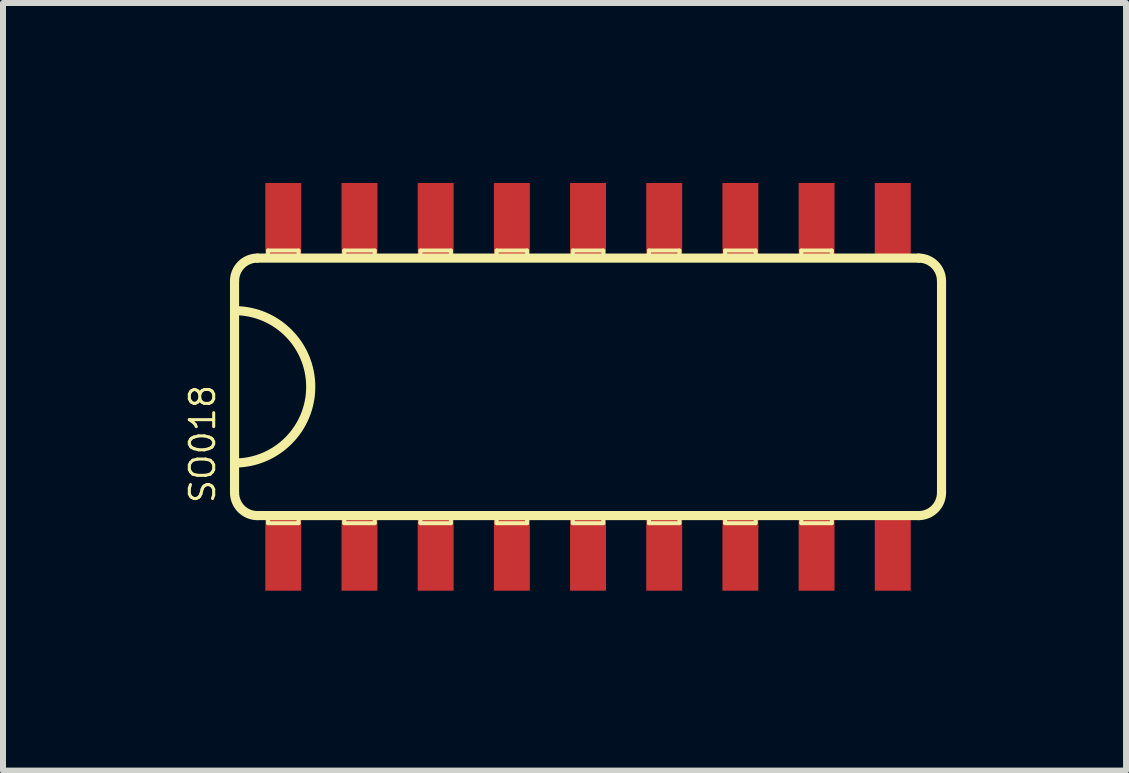
<source format=kicad_pcb>
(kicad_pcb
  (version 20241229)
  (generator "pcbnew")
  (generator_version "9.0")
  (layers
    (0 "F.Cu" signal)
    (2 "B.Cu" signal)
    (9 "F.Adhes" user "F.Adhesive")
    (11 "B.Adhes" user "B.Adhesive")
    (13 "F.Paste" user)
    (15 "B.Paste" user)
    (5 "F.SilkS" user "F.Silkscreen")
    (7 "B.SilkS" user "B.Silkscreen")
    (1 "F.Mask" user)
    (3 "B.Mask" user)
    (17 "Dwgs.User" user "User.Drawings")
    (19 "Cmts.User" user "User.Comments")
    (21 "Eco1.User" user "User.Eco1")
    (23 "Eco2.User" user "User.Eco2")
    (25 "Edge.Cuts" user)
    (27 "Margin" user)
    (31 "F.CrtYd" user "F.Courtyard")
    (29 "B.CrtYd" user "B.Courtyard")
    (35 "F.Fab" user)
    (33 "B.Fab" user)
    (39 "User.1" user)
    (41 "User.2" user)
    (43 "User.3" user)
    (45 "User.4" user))
  (footprint "SO018"
    (layer "F.Cu")
    (at 6.753 3.399)
    (property "Reference" "SO018" (at -6.426 0.953 90) (layer "F.SilkS") (effects (font (size 0.406 0.406) (thickness 0.051))))
    (attr smd)
    (fp_line (start -5.893 -1.765) (end -5.893 1.765) (stroke (width 0.152) (type solid)) (layer "F.SilkS"))
    (fp_line (start -5.512 2.146) (end 5.512 2.146) (stroke (width 0.152) (type solid)) (layer "F.SilkS"))
    (fp_line (start -5.334 -2.273) (end -4.826 -2.273) (stroke (width 0.066) (type solid)) (layer "F.SilkS"))
    (fp_line (start -5.334 -2.146) (end -5.334 -2.273) (stroke (width 0.066) (type solid)) (layer "F.SilkS"))
    (fp_line (start -5.334 -2.146) (end -4.826 -2.146) (stroke (width 0.066) (type solid)) (layer "F.SilkS"))
    (fp_line (start -5.334 2.146) (end -4.826 2.146) (stroke (width 0.066) (type solid)) (layer "F.SilkS"))
    (fp_line (start -5.334 2.273) (end -5.334 2.146) (stroke (width 0.066) (type solid)) (layer "F.SilkS"))
    (fp_line (start -5.334 2.273) (end -4.826 2.273) (stroke (width 0.066) (type solid)) (layer "F.SilkS"))
    (fp_line (start -4.826 -2.146) (end -4.826 -2.273) (stroke (width 0.066) (type solid)) (layer "F.SilkS"))
    (fp_line (start -4.826 2.273) (end -4.826 2.146) (stroke (width 0.066) (type solid)) (layer "F.SilkS"))
    (fp_line (start -4.064 -2.273) (end -3.556 -2.273) (stroke (width 0.066) (type solid)) (layer "F.SilkS"))
    (fp_line (start -4.064 -2.146) (end -4.064 -2.273) (stroke (width 0.066) (type solid)) (layer "F.SilkS"))
    (fp_line (start -4.064 -2.146) (end -3.556 -2.146) (stroke (width 0.066) (type solid)) (layer "F.SilkS"))
    (fp_line (start -4.064 2.146) (end -3.556 2.146) (stroke (width 0.066) (type solid)) (layer "F.SilkS"))
    (fp_line (start -4.064 2.273) (end -4.064 2.146) (stroke (width 0.066) (type solid)) (layer "F.SilkS"))
    (fp_line (start -4.064 2.273) (end -3.556 2.273) (stroke (width 0.066) (type solid)) (layer "F.SilkS"))
    (fp_line (start -3.556 -2.146) (end -3.556 -2.273) (stroke (width 0.066) (type solid)) (layer "F.SilkS"))
    (fp_line (start -3.556 2.273) (end -3.556 2.146) (stroke (width 0.066) (type solid)) (layer "F.SilkS"))
    (fp_line (start -2.794 -2.273) (end -2.286 -2.273) (stroke (width 0.066) (type solid)) (layer "F.SilkS"))
    (fp_line (start -2.794 -2.146) (end -2.794 -2.273) (stroke (width 0.066) (type solid)) (layer "F.SilkS"))
    (fp_line (start -2.794 -2.146) (end -2.286 -2.146) (stroke (width 0.066) (type solid)) (layer "F.SilkS"))
    (fp_line (start -2.794 2.146) (end -2.286 2.146) (stroke (width 0.066) (type solid)) (layer "F.SilkS"))
    (fp_line (start -2.794 2.273) (end -2.794 2.146) (stroke (width 0.066) (type solid)) (layer "F.SilkS"))
    (fp_line (start -2.794 2.273) (end -2.286 2.273) (stroke (width 0.066) (type solid)) (layer "F.SilkS"))
    (fp_line (start -2.286 -2.146) (end -2.286 -2.273) (stroke (width 0.066) (type solid)) (layer "F.SilkS"))
    (fp_line (start -2.286 2.273) (end -2.286 2.146) (stroke (width 0.066) (type solid)) (layer "F.SilkS"))
    (fp_line (start -1.524 -2.273) (end -1.016 -2.273) (stroke (width 0.066) (type solid)) (layer "F.SilkS"))
    (fp_line (start -1.524 -2.146) (end -1.524 -2.273) (stroke (width 0.066) (type solid)) (layer "F.SilkS"))
    (fp_line (start -1.524 -2.146) (end -1.016 -2.146) (stroke (width 0.066) (type solid)) (layer "F.SilkS"))
    (fp_line (start -1.524 2.146) (end -1.016 2.146) (stroke (width 0.066) (type solid)) (layer "F.SilkS"))
    (fp_line (start -1.524 2.273) (end -1.524 2.146) (stroke (width 0.066) (type solid)) (layer "F.SilkS"))
    (fp_line (start -1.524 2.273) (end -1.016 2.273) (stroke (width 0.066) (type solid)) (layer "F.SilkS"))
    (fp_line (start -1.016 -2.146) (end -1.016 -2.273) (stroke (width 0.066) (type solid)) (layer "F.SilkS"))
    (fp_line (start -1.016 2.273) (end -1.016 2.146) (stroke (width 0.066) (type solid)) (layer "F.SilkS"))
    (fp_line (start -0.254 -2.273) (end 0.254 -2.273) (stroke (width 0.066) (type solid)) (layer "F.SilkS"))
    (fp_line (start -0.254 -2.146) (end -0.254 -2.273) (stroke (width 0.066) (type solid)) (layer "F.SilkS"))
    (fp_line (start -0.254 -2.146) (end 0.254 -2.146) (stroke (width 0.066) (type solid)) (layer "F.SilkS"))
    (fp_line (start -0.254 2.146) (end 0.254 2.146) (stroke (width 0.066) (type solid)) (layer "F.SilkS"))
    (fp_line (start -0.254 2.273) (end -0.254 2.146) (stroke (width 0.066) (type solid)) (layer "F.SilkS"))
    (fp_line (start -0.254 2.273) (end 0.254 2.273) (stroke (width 0.066) (type solid)) (layer "F.SilkS"))
    (fp_line (start 0.254 -2.146) (end 0.254 -2.273) (stroke (width 0.066) (type solid)) (layer "F.SilkS"))
    (fp_line (start 0.254 2.273) (end 0.254 2.146) (stroke (width 0.066) (type solid)) (layer "F.SilkS"))
    (fp_line (start 1.016 -2.273) (end 1.524 -2.273) (stroke (width 0.066) (type solid)) (layer "F.SilkS"))
    (fp_line (start 1.016 -2.146) (end 1.016 -2.273) (stroke (width 0.066) (type solid)) (layer "F.SilkS"))
    (fp_line (start 1.016 -2.146) (end 1.524 -2.146) (stroke (width 0.066) (type solid)) (layer "F.SilkS"))
    (fp_line (start 1.016 2.146) (end 1.524 2.146) (stroke (width 0.066) (type solid)) (layer "F.SilkS"))
    (fp_line (start 1.016 2.273) (end 1.016 2.146) (stroke (width 0.066) (type solid)) (layer "F.SilkS"))
    (fp_line (start 1.016 2.273) (end 1.524 2.273) (stroke (width 0.066) (type solid)) (layer "F.SilkS"))
    (fp_line (start 1.524 -2.146) (end 1.524 -2.273) (stroke (width 0.066) (type solid)) (layer "F.SilkS"))
    (fp_line (start 1.524 2.273) (end 1.524 2.146) (stroke (width 0.066) (type solid)) (layer "F.SilkS"))
    (fp_line (start 2.286 -2.273) (end 2.794 -2.273) (stroke (width 0.066) (type solid)) (layer "F.SilkS"))
    (fp_line (start 2.286 -2.146) (end 2.286 -2.273) (stroke (width 0.066) (type solid)) (layer "F.SilkS"))
    (fp_line (start 2.286 -2.146) (end 2.794 -2.146) (stroke (width 0.066) (type solid)) (layer "F.SilkS"))
    (fp_line (start 2.286 2.146) (end 2.794 2.146) (stroke (width 0.066) (type solid)) (layer "F.SilkS"))
    (fp_line (start 2.286 2.273) (end 2.286 2.146) (stroke (width 0.066) (type solid)) (layer "F.SilkS"))
    (fp_line (start 2.286 2.273) (end 2.794 2.273) (stroke (width 0.066) (type solid)) (layer "F.SilkS"))
    (fp_line (start 2.794 -2.146) (end 2.794 -2.273) (stroke (width 0.066) (type solid)) (layer "F.SilkS"))
    (fp_line (start 2.794 2.273) (end 2.794 2.146) (stroke (width 0.066) (type solid)) (layer "F.SilkS"))
    (fp_line (start 3.556 -2.273) (end 4.064 -2.273) (stroke (width 0.066) (type solid)) (layer "F.SilkS"))
    (fp_line (start 3.556 -2.146) (end 3.556 -2.273) (stroke (width 0.066) (type solid)) (layer "F.SilkS"))
    (fp_line (start 3.556 -2.146) (end 4.064 -2.146) (stroke (width 0.066) (type solid)) (layer "F.SilkS"))
    (fp_line (start 3.556 2.146) (end 4.064 2.146) (stroke (width 0.066) (type solid)) (layer "F.SilkS"))
    (fp_line (start 3.556 2.273) (end 3.556 2.146) (stroke (width 0.066) (type solid)) (layer "F.SilkS"))
    (fp_line (start 3.556 2.273) (end 4.064 2.273) (stroke (width 0.066) (type solid)) (layer "F.SilkS"))
    (fp_line (start 4.064 -2.146) (end 4.064 -2.273) (stroke (width 0.066) (type solid)) (layer "F.SilkS"))
    (fp_line (start 4.064 2.273) (end 4.064 2.146) (stroke (width 0.066) (type solid)) (layer "F.SilkS"))
    (fp_line (start 5.512 -2.146) (end -5.512 -2.146) (stroke (width 0.152) (type solid)) (layer "F.SilkS"))
    (fp_line (start 5.893 1.765) (end 5.893 -1.765) (stroke (width 0.152) (type solid)) (layer "F.SilkS"))
    (fp_arc (start -5.8928 -1.7653) (mid -5.781208 -2.034708) (end -5.5118 -2.1463) (stroke (width 0.1524) (type solid)) (layer "F.SilkS"))
    (fp_arc (start -5.8928 -1.27) (mid -4.6228 0) (end -5.8928 1.27) (stroke (width 0.1524) (type solid)) (layer "F.SilkS"))
    (fp_arc (start -5.5118 2.1463) (mid -5.781208 2.034708) (end -5.8928 1.7653) (stroke (width 0.1524) (type solid)) (layer "F.SilkS"))
    (fp_arc (start 5.5118 -2.1463) (mid 5.781208 -2.034708) (end 5.8928 -1.7653) (stroke (width 0.1524) (type solid)) (layer "F.SilkS"))
    (fp_arc (start 5.8928 1.7653) (mid 5.781208 2.034708) (end 5.5118 2.1463) (stroke (width 0.1524) (type solid)) (layer "F.SilkS"))
    (pad "1" smd rect (at -5.08 2.799) (size 0.599 1.199) (layers "F.Cu" "F.Mask" "F.Paste"))
    (pad "2" smd rect (at -3.81 2.799) (size 0.599 1.199) (layers "F.Cu" "F.Mask" "F.Paste"))
    (pad "3" smd rect (at -2.54 2.799) (size 0.599 1.199) (layers "F.Cu" "F.Mask" "F.Paste"))
    (pad "4" smd rect (at -1.27 2.799) (size 0.599 1.199) (layers "F.Cu" "F.Mask" "F.Paste"))
    (pad "5" smd rect (at 0 2.799) (size 0.599 1.199) (layers "F.Cu" "F.Mask" "F.Paste"))
    (pad "6" smd rect (at 1.27 2.799) (size 0.599 1.199) (layers "F.Cu" "F.Mask" "F.Paste"))
    (pad "7" smd rect (at 2.54 2.799) (size 0.599 1.199) (layers "F.Cu" "F.Mask" "F.Paste"))
    (pad "8" smd rect (at 3.81 2.799) (size 0.599 1.199) (layers "F.Cu" "F.Mask" "F.Paste"))
    (pad "9" smd rect (at 5.08 2.799) (size 0.599 1.199) (layers "F.Cu" "F.Mask" "F.Paste"))
    (pad "10" smd rect (at 5.08 -2.799) (size 0.599 1.199) (layers "F.Cu" "F.Mask" "F.Paste"))
    (pad "11" smd rect (at 3.81 -2.799) (size 0.599 1.199) (layers "F.Cu" "F.Mask" "F.Paste"))
    (pad "12" smd rect (at 2.54 -2.799) (size 0.599 1.199) (layers "F.Cu" "F.Mask" "F.Paste"))
    (pad "13" smd rect (at 1.27 -2.799) (size 0.599 1.199) (layers "F.Cu" "F.Mask" "F.Paste"))
    (pad "14" smd rect (at 0 -2.799) (size 0.599 1.199) (layers "F.Cu" "F.Mask" "F.Paste"))
    (pad "15" smd rect (at -1.27 -2.799) (size 0.599 1.199) (layers "F.Cu" "F.Mask" "F.Paste"))
    (pad "16" smd rect (at -2.54 -2.799) (size 0.599 1.199) (layers "F.Cu" "F.Mask" "F.Paste"))
    (pad "17" smd rect (at -3.81 -2.799) (size 0.599 1.199) (layers "F.Cu" "F.Mask" "F.Paste"))
    (pad "18" smd rect (at -5.08 -2.799) (size 0.599 1.199) (layers "F.Cu" "F.Mask" "F.Paste")))
  (gr_rect
    (start -3 -3)
    (end 15.722 9.797)
    (stroke (width 0.1) (type default))
    (fill no)
    (layer "Edge.Cuts")))
</source>
